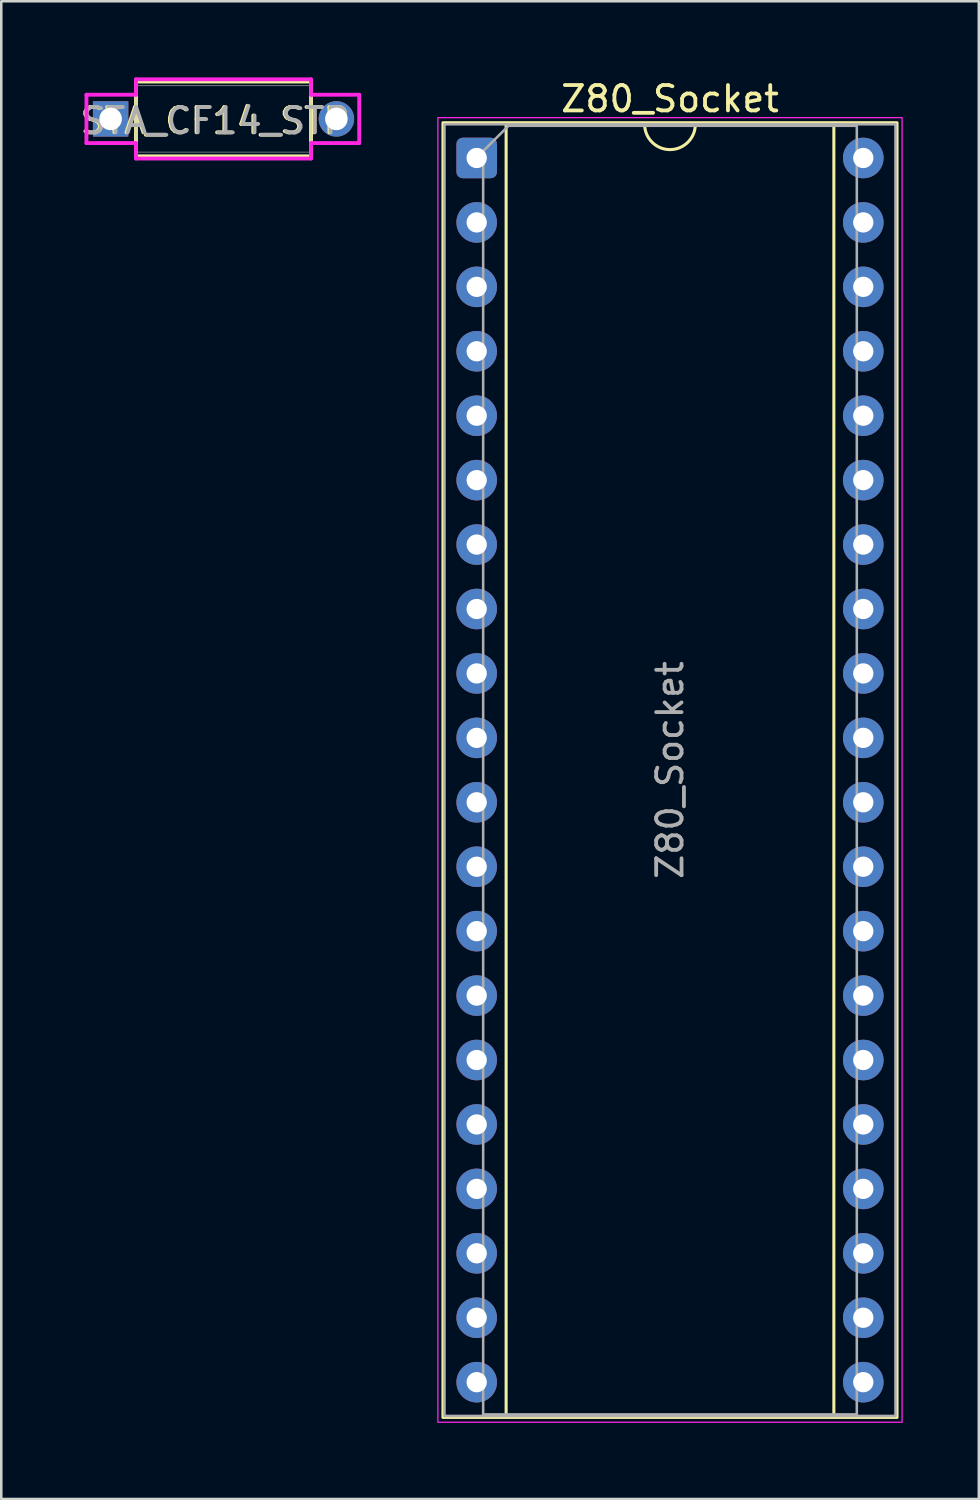
<source format=kicad_pcb>
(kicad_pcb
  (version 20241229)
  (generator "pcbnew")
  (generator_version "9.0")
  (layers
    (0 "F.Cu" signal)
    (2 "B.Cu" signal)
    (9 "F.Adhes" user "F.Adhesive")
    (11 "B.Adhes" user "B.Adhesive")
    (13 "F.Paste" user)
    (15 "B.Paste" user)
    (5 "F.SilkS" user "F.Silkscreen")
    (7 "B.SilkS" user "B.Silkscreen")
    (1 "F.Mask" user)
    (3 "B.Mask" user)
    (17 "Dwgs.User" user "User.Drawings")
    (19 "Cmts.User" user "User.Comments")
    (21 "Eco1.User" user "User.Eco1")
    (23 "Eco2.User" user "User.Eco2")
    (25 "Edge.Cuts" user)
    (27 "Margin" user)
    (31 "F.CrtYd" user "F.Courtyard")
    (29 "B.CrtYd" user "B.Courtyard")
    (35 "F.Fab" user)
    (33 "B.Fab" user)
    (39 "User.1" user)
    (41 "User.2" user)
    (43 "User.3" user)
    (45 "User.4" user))
  (footprint "Z80_Socket"
    (layer "F.Cu")
    (at 15.742 3.178)
    (property "Reference" "Z80_Socket" (at 7.62 -2.33 0) (layer "F.SilkS") (effects (font (size 1 1) (thickness 0.15))))
    (attr through_hole)
    (fp_line (start 1.16 -1.33) (end 1.16 49.59) (stroke (width 0.12) (type solid)) (layer "F.SilkS"))
    (fp_line (start 1.16 49.59) (end 14.08 49.59) (stroke (width 0.12) (type solid)) (layer "F.SilkS"))
    (fp_line (start 6.62 -1.33) (end 1.16 -1.33) (stroke (width 0.12) (type solid)) (layer "F.SilkS"))
    (fp_line (start 14.08 -1.33) (end 8.62 -1.33) (stroke (width 0.12) (type solid)) (layer "F.SilkS"))
    (fp_line (start 14.08 49.59) (end 14.08 -1.33) (stroke (width 0.12) (type solid)) (layer "F.SilkS"))
    (fp_rect (start -1.33 -1.39) (end 16.57 49.65) (stroke (width 0.12) (type solid)) (fill no) (layer "F.SilkS"))
    (fp_arc (start 8.62 -1.33) (mid 7.62 -0.33) (end 6.62 -1.33) (stroke (width 0.12) (type solid)) (layer "F.SilkS"))
    (fp_rect (start -1.53 -1.59) (end 16.77 49.84) (stroke (width 0.05) (type solid)) (fill no) (layer "F.CrtYd"))
    (fp_line (start 0.255 -0.27) (end 1.255 -1.27) (stroke (width 0.1) (type solid)) (layer "F.Fab"))
    (fp_line (start 0.255 49.53) (end 0.255 -0.27) (stroke (width 0.1) (type solid)) (layer "F.Fab"))
    (fp_line (start 1.255 -1.27) (end 14.985 -1.27) (stroke (width 0.1) (type solid)) (layer "F.Fab"))
    (fp_line (start 14.985 -1.27) (end 14.985 49.53) (stroke (width 0.1) (type solid)) (layer "F.Fab"))
    (fp_line (start 14.985 49.53) (end 0.255 49.53) (stroke (width 0.1) (type solid)) (layer "F.Fab"))
    (fp_rect (start -1.27 -1.33) (end 16.51 49.59) (stroke (width 0.1) (type solid)) (fill no) (layer "F.Fab"))
    (fp_text user "${REFERENCE}" (at 7.62 24.13 90) (layer "F.Fab") (effects (font (size 1 1) (thickness 0.15))))
    (pad "1" thru_hole roundrect (at 0 0) (size 1.6 1.6) (drill 0.8) (layers "*.Cu" "*.Mask") (roundrect_rratio 0.156))
    (pad "2" thru_hole circle (at 0 2.54) (size 1.6 1.6) (drill 0.8) (layers "*.Cu" "*.Mask"))
    (pad "3" thru_hole circle (at 0 5.08) (size 1.6 1.6) (drill 0.8) (layers "*.Cu" "*.Mask"))
    (pad "4" thru_hole circle (at 0 7.62) (size 1.6 1.6) (drill 0.8) (layers "*.Cu" "*.Mask"))
    (pad "5" thru_hole circle (at 0 10.16) (size 1.6 1.6) (drill 0.8) (layers "*.Cu" "*.Mask"))
    (pad "6" thru_hole circle (at 0 12.7) (size 1.6 1.6) (drill 0.8) (layers "*.Cu" "*.Mask"))
    (pad "7" thru_hole circle (at 0 15.24) (size 1.6 1.6) (drill 0.8) (layers "*.Cu" "*.Mask"))
    (pad "8" thru_hole circle (at 0 17.78) (size 1.6 1.6) (drill 0.8) (layers "*.Cu" "*.Mask"))
    (pad "9" thru_hole circle (at 0 20.32) (size 1.6 1.6) (drill 0.8) (layers "*.Cu" "*.Mask"))
    (pad "10" thru_hole circle (at 0 22.86) (size 1.6 1.6) (drill 0.8) (layers "*.Cu" "*.Mask"))
    (pad "11" thru_hole circle (at 0 25.4) (size 1.6 1.6) (drill 0.8) (layers "*.Cu" "*.Mask"))
    (pad "12" thru_hole circle (at 0 27.94) (size 1.6 1.6) (drill 0.8) (layers "*.Cu" "*.Mask"))
    (pad "13" thru_hole circle (at 0 30.48) (size 1.6 1.6) (drill 0.8) (layers "*.Cu" "*.Mask"))
    (pad "14" thru_hole circle (at 0 33.02) (size 1.6 1.6) (drill 0.8) (layers "*.Cu" "*.Mask"))
    (pad "15" thru_hole circle (at 0 35.56) (size 1.6 1.6) (drill 0.8) (layers "*.Cu" "*.Mask"))
    (pad "16" thru_hole circle (at 0 38.1) (size 1.6 1.6) (drill 0.8) (layers "*.Cu" "*.Mask"))
    (pad "17" thru_hole circle (at 0 40.64) (size 1.6 1.6) (drill 0.8) (layers "*.Cu" "*.Mask"))
    (pad "18" thru_hole circle (at 0 43.18) (size 1.6 1.6) (drill 0.8) (layers "*.Cu" "*.Mask"))
    (pad "19" thru_hole circle (at 0 45.72) (size 1.6 1.6) (drill 0.8) (layers "*.Cu" "*.Mask"))
    (pad "20" thru_hole circle (at 0 48.26) (size 1.6 1.6) (drill 0.8) (layers "*.Cu" "*.Mask"))
    (pad "21" thru_hole circle (at 15.24 48.26) (size 1.6 1.6) (drill 0.8) (layers "*.Cu" "*.Mask"))
    (pad "22" thru_hole circle (at 15.24 45.72) (size 1.6 1.6) (drill 0.8) (layers "*.Cu" "*.Mask"))
    (pad "23" thru_hole circle (at 15.24 43.18) (size 1.6 1.6) (drill 0.8) (layers "*.Cu" "*.Mask"))
    (pad "24" thru_hole circle (at 15.24 40.64) (size 1.6 1.6) (drill 0.8) (layers "*.Cu" "*.Mask"))
    (pad "25" thru_hole circle (at 15.24 38.1) (size 1.6 1.6) (drill 0.8) (layers "*.Cu" "*.Mask"))
    (pad "26" thru_hole circle (at 15.24 35.56) (size 1.6 1.6) (drill 0.8) (layers "*.Cu" "*.Mask"))
    (pad "27" thru_hole circle (at 15.24 33.02) (size 1.6 1.6) (drill 0.8) (layers "*.Cu" "*.Mask"))
    (pad "28" thru_hole circle (at 15.24 30.48) (size 1.6 1.6) (drill 0.8) (layers "*.Cu" "*.Mask"))
    (pad "29" thru_hole circle (at 15.24 27.94) (size 1.6 1.6) (drill 0.8) (layers "*.Cu" "*.Mask"))
    (pad "30" thru_hole circle (at 15.24 25.4) (size 1.6 1.6) (drill 0.8) (layers "*.Cu" "*.Mask"))
    (pad "31" thru_hole circle (at 15.24 22.86) (size 1.6 1.6) (drill 0.8) (layers "*.Cu" "*.Mask"))
    (pad "32" thru_hole circle (at 15.24 20.32) (size 1.6 1.6) (drill 0.8) (layers "*.Cu" "*.Mask"))
    (pad "33" thru_hole circle (at 15.24 17.78) (size 1.6 1.6) (drill 0.8) (layers "*.Cu" "*.Mask"))
    (pad "34" thru_hole circle (at 15.24 15.24) (size 1.6 1.6) (drill 0.8) (layers "*.Cu" "*.Mask"))
    (pad "35" thru_hole circle (at 15.24 12.7) (size 1.6 1.6) (drill 0.8) (layers "*.Cu" "*.Mask"))
    (pad "36" thru_hole circle (at 15.24 10.16) (size 1.6 1.6) (drill 0.8) (layers "*.Cu" "*.Mask"))
    (pad "37" thru_hole circle (at 15.24 7.62) (size 1.6 1.6) (drill 0.8) (layers "*.Cu" "*.Mask"))
    (pad "38" thru_hole circle (at 15.24 5.08) (size 1.6 1.6) (drill 0.8) (layers "*.Cu" "*.Mask"))
    (pad "39" thru_hole circle (at 15.24 2.54) (size 1.6 1.6) (drill 0.8) (layers "*.Cu" "*.Mask"))
    (pad "40" thru_hole circle (at 15.24 0) (size 1.6 1.6) (drill 0.8) (layers "*.Cu" "*.Mask")))
  (footprint "STA_CF14_STP"
    (layer "F.Cu")
    (at 1.311 1.638)
    (property "Reference" "STA_CF14_STP" (at 4.1 0.075 0) (unlocked yes) (layer "F.SilkS") (effects (font (size 1 1) (thickness 0.15))))
    (attr through_hole)
    (fp_line (start 1 -1.435) (end 1 1.435) (stroke (width 0.152) (type solid)) (layer "F.SilkS"))
    (fp_line (start 1 1.475) (end 7.9 1.475) (stroke (width 0.152) (type solid)) (layer "F.SilkS"))
    (fp_line (start 7.9 -1.475) (end 1 -1.475) (stroke (width 0.152) (type solid)) (layer "F.SilkS"))
    (fp_line (start 7.9 1.435) (end 7.9 -1.435) (stroke (width 0.152) (type solid)) (layer "F.SilkS"))
    (fp_line (start -0.953 -0.953) (end 1 -0.953) (stroke (width 0.152) (type solid)) (layer "F.CrtYd"))
    (fp_line (start -0.953 0.953) (end -0.953 -0.953) (stroke (width 0.152) (type solid)) (layer "F.CrtYd"))
    (fp_line (start 1 -1.562) (end 7.9 -1.562) (stroke (width 0.152) (type solid)) (layer "F.CrtYd"))
    (fp_line (start 1 -0.953) (end 1 -1.562) (stroke (width 0.152) (type solid)) (layer "F.CrtYd"))
    (fp_line (start 1 0.953) (end -0.953 0.953) (stroke (width 0.152) (type solid)) (layer "F.CrtYd"))
    (fp_line (start 1 1.562) (end 1 0.953) (stroke (width 0.152) (type solid)) (layer "F.CrtYd"))
    (fp_line (start 7.9 -1.562) (end 7.9 -0.953) (stroke (width 0.152) (type solid)) (layer "F.CrtYd"))
    (fp_line (start 7.9 -0.953) (end 9.8 -0.953) (stroke (width 0.152) (type solid)) (layer "F.CrtYd"))
    (fp_line (start 7.9 0.953) (end 7.9 1.562) (stroke (width 0.152) (type solid)) (layer "F.CrtYd"))
    (fp_line (start 7.9 1.562) (end 1 1.562) (stroke (width 0.152) (type solid)) (layer "F.CrtYd"))
    (fp_line (start 9.8 -0.953) (end 9.8 0.953) (stroke (width 0.152) (type solid)) (layer "F.CrtYd"))
    (fp_line (start 9.8 0.953) (end 7.9 0.953) (stroke (width 0.152) (type solid)) (layer "F.CrtYd"))
    (fp_line (start 1 -1.308) (end 1 1.308) (stroke (width 0.025) (type solid)) (layer "F.Fab"))
    (fp_line (start 1 1.308) (end 7.9 1.308) (stroke (width 0.025) (type solid)) (layer "F.Fab"))
    (fp_line (start 7.9 -1.308) (end 1 -1.308) (stroke (width 0.025) (type solid)) (layer "F.Fab"))
    (fp_line (start 7.9 1.308) (end 7.9 -1.308) (stroke (width 0.025) (type solid)) (layer "F.Fab"))
    (fp_text user "${REFERENCE}" (at 4.15 0.075 0) (unlocked yes) (layer "F.Fab") (effects (font (size 1 1) (thickness 0.15))))
    (pad "1" thru_hole rect (at 0 0) (size 1.397 1.397) (drill 0.889) (layers "*.Cu" "*.Mask"))
    (pad "2" thru_hole circle (at 8.9 0) (size 1.397 1.397) (drill 0.889) (layers "*.Cu" "*.Mask")))
  (gr_rect
    (start -3 -3)
    (end 35.537 56.043)
    (stroke (width 0.1) (type default))
    (fill no)
    (layer "Edge.Cuts")))
</source>
